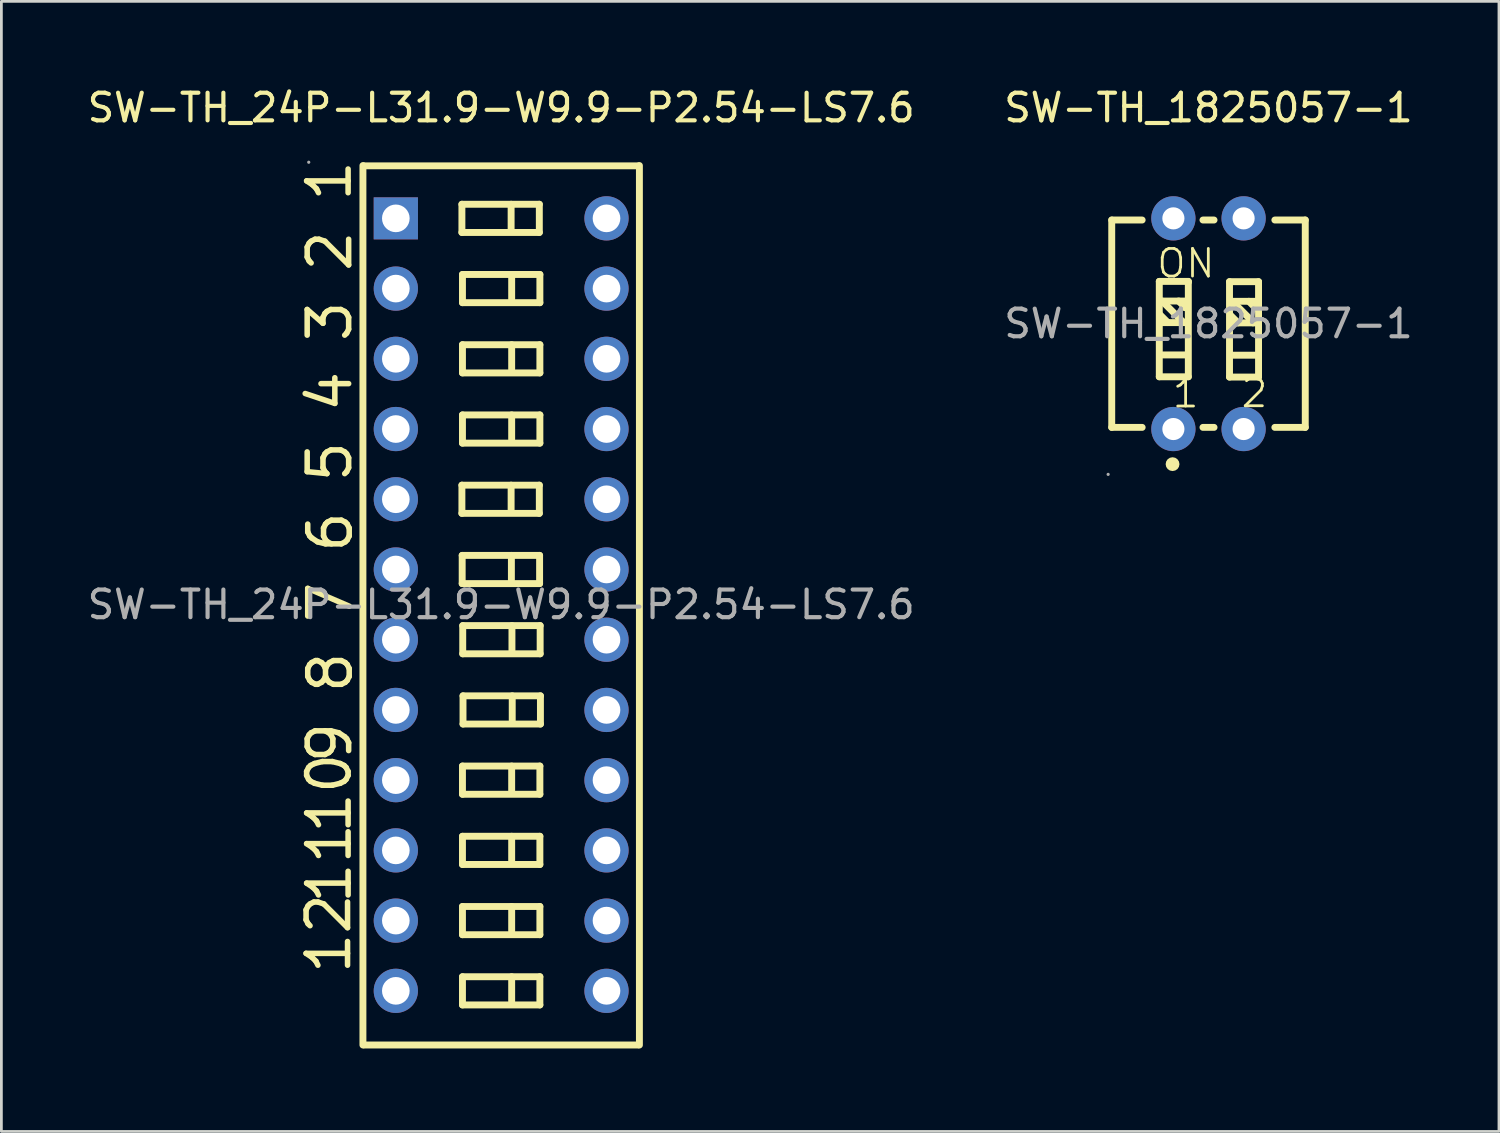
<source format=kicad_pcb>
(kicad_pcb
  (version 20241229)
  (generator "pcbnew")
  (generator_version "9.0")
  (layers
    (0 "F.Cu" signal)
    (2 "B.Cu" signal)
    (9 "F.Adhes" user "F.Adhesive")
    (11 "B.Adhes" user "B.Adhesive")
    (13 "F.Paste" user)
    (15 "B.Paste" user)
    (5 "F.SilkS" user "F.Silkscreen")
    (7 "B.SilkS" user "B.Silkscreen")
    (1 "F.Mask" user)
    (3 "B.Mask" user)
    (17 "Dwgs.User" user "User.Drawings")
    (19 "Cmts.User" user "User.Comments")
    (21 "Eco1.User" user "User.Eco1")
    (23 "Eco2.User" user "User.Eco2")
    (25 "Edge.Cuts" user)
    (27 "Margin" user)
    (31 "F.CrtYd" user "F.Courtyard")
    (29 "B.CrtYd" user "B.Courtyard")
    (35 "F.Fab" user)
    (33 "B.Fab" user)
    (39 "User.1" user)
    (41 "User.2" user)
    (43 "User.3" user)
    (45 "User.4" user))
  (footprint "SW-TH_1825057-1"
    (layer "F.Cu")
    (at 40.661 8.658)
    (property "Reference" "SW-TH_1825057-1" (at 0 -7.81 0) (layer "F.SilkS") (effects (font (size 1 1) (thickness 0.15))))
    (attr through_hole)
    (fp_line (start -3.5 -3.75) (end -3.5 3.75) (stroke (width 0.25) (type solid)) (layer "F.SilkS"))
    (fp_line (start -3.5 -3.75) (end -2.4 -3.75) (stroke (width 0.25) (type solid)) (layer "F.SilkS"))
    (fp_line (start -3.5 3.75) (end -2.4 3.75) (stroke (width 0.25) (type solid)) (layer "F.SilkS"))
    (fp_line (start -1.78 -1.53) (end -1.78 1.92) (stroke (width 0.25) (type solid)) (layer "F.SilkS"))
    (fp_line (start -1.78 1.92) (end -0.73 1.92) (stroke (width 0.25) (type solid)) (layer "F.SilkS"))
    (fp_line (start -1.68 -0.82) (end -0.93 -0.07) (stroke (width 0.25) (type solid)) (layer "F.SilkS"))
    (fp_line (start -1.67 -0.04) (end -0.8 -0.04) (stroke (width 0.25) (type solid)) (layer "F.SilkS"))
    (fp_line (start -1.65 -0.82) (end -0.78 -0.82) (stroke (width 0.25) (type solid)) (layer "F.SilkS"))
    (fp_line (start -1.65 1.13) (end -0.78 1.13) (stroke (width 0.25) (type solid)) (layer "F.SilkS"))
    (fp_line (start -1.47 -0.04) (end -1.74 -0.31) (stroke (width 0.25) (type solid)) (layer "F.SilkS"))
    (fp_line (start -1.08 -0.82) (end -0.84 -0.58) (stroke (width 0.25) (type solid)) (layer "F.SilkS"))
    (fp_line (start -0.93 -0.07) (end -0.93 -0.04) (stroke (width 0.25) (type solid)) (layer "F.SilkS"))
    (fp_line (start -0.84 -0.58) (end -0.81 -0.58) (stroke (width 0.25) (type solid)) (layer "F.SilkS"))
    (fp_line (start -0.73 -1.53) (end -1.78 -1.53) (stroke (width 0.25) (type solid)) (layer "F.SilkS"))
    (fp_line (start -0.73 -1.5) (end -0.73 -1.53) (stroke (width 0.25) (type solid)) (layer "F.SilkS"))
    (fp_line (start -0.73 1.92) (end -0.73 -1.5) (stroke (width 0.25) (type solid)) (layer "F.SilkS"))
    (fp_line (start -0.2 -3.75) (end 0.2 -3.75) (stroke (width 0.25) (type solid)) (layer "F.SilkS"))
    (fp_line (start -0.2 3.75) (end 0.2 3.75) (stroke (width 0.25) (type solid)) (layer "F.SilkS"))
    (fp_line (start 0.76 -1.52) (end 0.76 1.93) (stroke (width 0.25) (type solid)) (layer "F.SilkS"))
    (fp_line (start 0.76 1.93) (end 1.81 1.93) (stroke (width 0.25) (type solid)) (layer "F.SilkS"))
    (fp_line (start 0.86 -0.81) (end 1.61 -0.06) (stroke (width 0.25) (type solid)) (layer "F.SilkS"))
    (fp_line (start 0.87 -0.03) (end 1.74 -0.03) (stroke (width 0.25) (type solid)) (layer "F.SilkS"))
    (fp_line (start 0.89 -0.81) (end 1.76 -0.81) (stroke (width 0.25) (type solid)) (layer "F.SilkS"))
    (fp_line (start 0.89 1.14) (end 1.76 1.14) (stroke (width 0.25) (type solid)) (layer "F.SilkS"))
    (fp_line (start 1.07 -0.03) (end 0.8 -0.3) (stroke (width 0.25) (type solid)) (layer "F.SilkS"))
    (fp_line (start 1.46 -0.81) (end 1.7 -0.57) (stroke (width 0.25) (type solid)) (layer "F.SilkS"))
    (fp_line (start 1.61 -0.06) (end 1.61 -0.03) (stroke (width 0.25) (type solid)) (layer "F.SilkS"))
    (fp_line (start 1.7 -0.57) (end 1.73 -0.57) (stroke (width 0.25) (type solid)) (layer "F.SilkS"))
    (fp_line (start 1.81 -1.52) (end 0.76 -1.52) (stroke (width 0.25) (type solid)) (layer "F.SilkS"))
    (fp_line (start 1.81 -1.49) (end 1.81 -1.52) (stroke (width 0.25) (type solid)) (layer "F.SilkS"))
    (fp_line (start 1.81 1.93) (end 1.81 -1.49) (stroke (width 0.25) (type solid)) (layer "F.SilkS"))
    (fp_line (start 2.4 -3.75) (end 3.5 -3.75) (stroke (width 0.25) (type solid)) (layer "F.SilkS"))
    (fp_line (start 2.4 3.75) (end 3.5 3.75) (stroke (width 0.25) (type solid)) (layer "F.SilkS"))
    (fp_line (start 3.5 -3.75) (end 3.5 3.75) (stroke (width 0.25) (type solid)) (layer "F.SilkS"))
    (fp_arc (start -1.3 5.08) (mid -1.3 5.08) (end -1.3 5.08) (stroke (width 0.25) (type solid)) (layer "F.SilkS"))
    (fp_circle (center -3.63 5.45) (end -3.6 5.45) (stroke (width 0.06) (type solid)) (fill no) (layer "F.Fab"))
    (fp_circle (center -1.27 -3.81) (end -1.12 -3.81) (stroke (width 0.3) (type solid)) (fill no) (layer "F.Fab"))
    (fp_circle (center -1.27 3.81) (end -1.12 3.81) (stroke (width 0.3) (type solid)) (fill no) (layer "F.Fab"))
    (fp_circle (center 1.27 -3.81) (end 1.42 -3.81) (stroke (width 0.3) (type solid)) (fill no) (layer "F.Fab"))
    (fp_circle (center 1.27 3.81) (end 1.42 3.81) (stroke (width 0.3) (type solid)) (fill no) (layer "F.Fab"))
    (fp_text user "1" (at -1.37 2.52 0) (layer "F.SilkS") (effects (font (size 1 1) (thickness 0.1)) (justify left)))
    (fp_text user "2" (at 1.12 2.51 0) (layer "F.SilkS") (effects (font (size 1 1) (thickness 0.1)) (justify left)))
    (fp_text user "ON" (at -1.93 -2.18 0) (layer "F.SilkS") (effects (font (size 1 1) (thickness 0.1)) (justify left)))
    (fp_text user "${REFERENCE}" (at 0 0 0) (layer "F.Fab") (effects (font (size 1 1) (thickness 0.15))))
    (pad "1" thru_hole circle (at -1.27 3.81) (size 1.6 1.6) (drill 0.8) (layers "*.Cu" "*.Paste" "*.Mask"))
    (pad "2" thru_hole circle (at 1.27 3.81) (size 1.6 1.6) (drill 0.8) (layers "*.Cu" "*.Paste" "*.Mask"))
    (pad "3" thru_hole circle (at 1.27 -3.81) (size 1.6 1.6) (drill 0.8) (layers "*.Cu" "*.Paste" "*.Mask"))
    (pad "4" thru_hole circle (at -1.27 -3.81) (size 1.6 1.6) (drill 0.8) (layers "*.Cu" "*.Paste" "*.Mask")))
  (footprint "SW-TH_24P-L31.9-W9.9-P2.54-LS7.6"
    (layer "F.Cu")
    (at 15.077 18.818)
    (property "Reference" "SW-TH_24P-L31.9-W9.9-P2.54-LS7.6" (at 0 -17.97 0) (layer "F.SilkS") (effects (font (size 1 1) (thickness 0.15))))
    (attr through_hole)
    (fp_line (start -5 -15.88) (end -5 15.93) (stroke (width 0.25) (type solid)) (layer "F.SilkS"))
    (fp_line (start -4.95 -15.87) (end 4.95 -15.87) (stroke (width 0.25) (type solid)) (layer "F.SilkS"))
    (fp_line (start -4.95 15.93) (end 4.95 15.93) (stroke (width 0.25) (type solid)) (layer "F.SilkS"))
    (fp_line (start -1.42 -14.48) (end -1.42 -13.46) (stroke (width 0.25) (type solid)) (layer "F.SilkS"))
    (fp_line (start -1.42 -13.46) (end 1.38 -13.46) (stroke (width 0.25) (type solid)) (layer "F.SilkS"))
    (fp_line (start -1.42 -4.32) (end -1.42 -3.3) (stroke (width 0.25) (type solid)) (layer "F.SilkS"))
    (fp_line (start -1.42 -3.3) (end 1.38 -3.3) (stroke (width 0.25) (type solid)) (layer "F.SilkS"))
    (fp_line (start -1.41 -1.78) (end -1.41 -0.76) (stroke (width 0.25) (type solid)) (layer "F.SilkS"))
    (fp_line (start -1.41 -0.76) (end 1.39 -0.76) (stroke (width 0.25) (type solid)) (layer "F.SilkS"))
    (fp_line (start -1.4 -11.94) (end -1.4 -10.92) (stroke (width 0.25) (type solid)) (layer "F.SilkS"))
    (fp_line (start -1.4 -10.92) (end 1.4 -10.92) (stroke (width 0.25) (type solid)) (layer "F.SilkS"))
    (fp_line (start -1.4 -9.4) (end -1.4 -8.38) (stroke (width 0.25) (type solid)) (layer "F.SilkS"))
    (fp_line (start -1.4 -8.38) (end 1.4 -8.38) (stroke (width 0.25) (type solid)) (layer "F.SilkS"))
    (fp_line (start -1.4 -6.86) (end -1.4 -5.84) (stroke (width 0.25) (type solid)) (layer "F.SilkS"))
    (fp_line (start -1.4 -5.84) (end 1.4 -5.84) (stroke (width 0.25) (type solid)) (layer "F.SilkS"))
    (fp_line (start -1.4 5.84) (end -1.4 6.86) (stroke (width 0.25) (type solid)) (layer "F.SilkS"))
    (fp_line (start -1.4 6.86) (end 1.4 6.86) (stroke (width 0.25) (type solid)) (layer "F.SilkS"))
    (fp_line (start -1.4 8.38) (end -1.4 9.4) (stroke (width 0.25) (type solid)) (layer "F.SilkS"))
    (fp_line (start -1.4 9.4) (end 1.4 9.4) (stroke (width 0.25) (type solid)) (layer "F.SilkS"))
    (fp_line (start -1.4 10.92) (end -1.4 11.94) (stroke (width 0.25) (type solid)) (layer "F.SilkS"))
    (fp_line (start -1.4 11.94) (end 1.4 11.94) (stroke (width 0.25) (type solid)) (layer "F.SilkS"))
    (fp_line (start -1.4 13.46) (end -1.4 14.48) (stroke (width 0.25) (type solid)) (layer "F.SilkS"))
    (fp_line (start -1.4 14.48) (end 1.4 14.48) (stroke (width 0.25) (type solid)) (layer "F.SilkS"))
    (fp_line (start -1.39 0.76) (end -1.39 1.78) (stroke (width 0.25) (type solid)) (layer "F.SilkS"))
    (fp_line (start -1.39 1.78) (end 1.41 1.78) (stroke (width 0.25) (type solid)) (layer "F.SilkS"))
    (fp_line (start -1.38 3.3) (end -1.38 4.32) (stroke (width 0.25) (type solid)) (layer "F.SilkS"))
    (fp_line (start -1.38 4.32) (end 1.42 4.32) (stroke (width 0.25) (type solid)) (layer "F.SilkS"))
    (fp_line (start 0.36 -14.48) (end 0.36 -13.59) (stroke (width 0.25) (type solid)) (layer "F.SilkS"))
    (fp_line (start 0.36 -4.32) (end 0.36 -3.43) (stroke (width 0.25) (type solid)) (layer "F.SilkS"))
    (fp_line (start 0.37 -1.78) (end 0.37 -0.89) (stroke (width 0.25) (type solid)) (layer "F.SilkS"))
    (fp_line (start 0.38 -11.94) (end 0.38 -11.05) (stroke (width 0.25) (type solid)) (layer "F.SilkS"))
    (fp_line (start 0.38 -9.4) (end 0.38 -8.51) (stroke (width 0.25) (type solid)) (layer "F.SilkS"))
    (fp_line (start 0.38 -6.86) (end 0.38 -5.97) (stroke (width 0.25) (type solid)) (layer "F.SilkS"))
    (fp_line (start 0.38 5.84) (end 0.38 6.73) (stroke (width 0.25) (type solid)) (layer "F.SilkS"))
    (fp_line (start 0.38 8.38) (end 0.38 9.27) (stroke (width 0.25) (type solid)) (layer "F.SilkS"))
    (fp_line (start 0.38 10.92) (end 0.38 11.81) (stroke (width 0.25) (type solid)) (layer "F.SilkS"))
    (fp_line (start 0.38 13.46) (end 0.38 14.35) (stroke (width 0.25) (type solid)) (layer "F.SilkS"))
    (fp_line (start 0.39 0.76) (end 0.39 1.65) (stroke (width 0.25) (type solid)) (layer "F.SilkS"))
    (fp_line (start 0.4 3.3) (end 0.4 4.19) (stroke (width 0.25) (type solid)) (layer "F.SilkS"))
    (fp_line (start 1.38 -14.48) (end -1.42 -14.48) (stroke (width 0.25) (type solid)) (layer "F.SilkS"))
    (fp_line (start 1.38 -13.46) (end 1.38 -14.48) (stroke (width 0.25) (type solid)) (layer "F.SilkS"))
    (fp_line (start 1.38 -4.32) (end -1.42 -4.32) (stroke (width 0.25) (type solid)) (layer "F.SilkS"))
    (fp_line (start 1.38 -3.3) (end 1.38 -4.32) (stroke (width 0.25) (type solid)) (layer "F.SilkS"))
    (fp_line (start 1.39 -1.78) (end -1.41 -1.78) (stroke (width 0.25) (type solid)) (layer "F.SilkS"))
    (fp_line (start 1.39 -0.76) (end 1.39 -1.78) (stroke (width 0.25) (type solid)) (layer "F.SilkS"))
    (fp_line (start 1.4 -11.94) (end -1.4 -11.94) (stroke (width 0.25) (type solid)) (layer "F.SilkS"))
    (fp_line (start 1.4 -10.92) (end 1.4 -11.94) (stroke (width 0.25) (type solid)) (layer "F.SilkS"))
    (fp_line (start 1.4 -9.4) (end -1.4 -9.4) (stroke (width 0.25) (type solid)) (layer "F.SilkS"))
    (fp_line (start 1.4 -8.38) (end 1.4 -9.4) (stroke (width 0.25) (type solid)) (layer "F.SilkS"))
    (fp_line (start 1.4 -6.86) (end -1.4 -6.86) (stroke (width 0.25) (type solid)) (layer "F.SilkS"))
    (fp_line (start 1.4 -5.84) (end 1.4 -6.86) (stroke (width 0.25) (type solid)) (layer "F.SilkS"))
    (fp_line (start 1.4 5.84) (end -1.4 5.84) (stroke (width 0.25) (type solid)) (layer "F.SilkS"))
    (fp_line (start 1.4 6.86) (end 1.4 5.84) (stroke (width 0.25) (type solid)) (layer "F.SilkS"))
    (fp_line (start 1.4 8.38) (end -1.4 8.38) (stroke (width 0.25) (type solid)) (layer "F.SilkS"))
    (fp_line (start 1.4 9.4) (end 1.4 8.38) (stroke (width 0.25) (type solid)) (layer "F.SilkS"))
    (fp_line (start 1.4 10.92) (end -1.4 10.92) (stroke (width 0.25) (type solid)) (layer "F.SilkS"))
    (fp_line (start 1.4 11.94) (end 1.4 10.92) (stroke (width 0.25) (type solid)) (layer "F.SilkS"))
    (fp_line (start 1.4 13.46) (end -1.4 13.46) (stroke (width 0.25) (type solid)) (layer "F.SilkS"))
    (fp_line (start 1.4 14.48) (end 1.4 13.46) (stroke (width 0.25) (type solid)) (layer "F.SilkS"))
    (fp_line (start 1.41 0.76) (end -1.39 0.76) (stroke (width 0.25) (type solid)) (layer "F.SilkS"))
    (fp_line (start 1.41 1.78) (end 1.41 0.76) (stroke (width 0.25) (type solid)) (layer "F.SilkS"))
    (fp_line (start 1.42 3.3) (end -1.38 3.3) (stroke (width 0.25) (type solid)) (layer "F.SilkS"))
    (fp_line (start 1.42 4.32) (end 1.42 3.3) (stroke (width 0.25) (type solid)) (layer "F.SilkS"))
    (fp_line (start 5 -15.88) (end 5 15.93) (stroke (width 0.25) (type solid)) (layer "F.SilkS"))
    (fp_circle (center -6.96 -16) (end -6.93 -16) (stroke (width 0.06) (type solid)) (fill no) (layer "F.Fab"))
    (fp_circle (center -3.81 -13.97) (end -3.61 -13.97) (stroke (width 0.4) (type solid)) (fill no) (layer "F.Fab"))
    (fp_circle (center -3.81 -11.43) (end -3.61 -11.43) (stroke (width 0.4) (type solid)) (fill no) (layer "F.Fab"))
    (fp_circle (center -3.81 -8.89) (end -3.61 -8.89) (stroke (width 0.4) (type solid)) (fill no) (layer "F.Fab"))
    (fp_circle (center -3.81 -6.35) (end -3.61 -6.35) (stroke (width 0.4) (type solid)) (fill no) (layer "F.Fab"))
    (fp_circle (center -3.81 -3.81) (end -3.61 -3.81) (stroke (width 0.4) (type solid)) (fill no) (layer "F.Fab"))
    (fp_circle (center -3.81 -1.27) (end -3.61 -1.27) (stroke (width 0.4) (type solid)) (fill no) (layer "F.Fab"))
    (fp_circle (center -3.81 1.27) (end -3.61 1.27) (stroke (width 0.4) (type solid)) (fill no) (layer "F.Fab"))
    (fp_circle (center -3.81 3.81) (end -3.61 3.81) (stroke (width 0.4) (type solid)) (fill no) (layer "F.Fab"))
    (fp_circle (center -3.81 6.35) (end -3.61 6.35) (stroke (width 0.4) (type solid)) (fill no) (layer "F.Fab"))
    (fp_circle (center -3.81 8.89) (end -3.61 8.89) (stroke (width 0.4) (type solid)) (fill no) (layer "F.Fab"))
    (fp_circle (center -3.81 11.43) (end -3.61 11.43) (stroke (width 0.4) (type solid)) (fill no) (layer "F.Fab"))
    (fp_circle (center -3.81 13.97) (end -3.61 13.97) (stroke (width 0.4) (type solid)) (fill no) (layer "F.Fab"))
    (fp_circle (center 3.81 -13.97) (end 4.01 -13.97) (stroke (width 0.4) (type solid)) (fill no) (layer "F.Fab"))
    (fp_circle (center 3.81 -11.43) (end 4.01 -11.43) (stroke (width 0.4) (type solid)) (fill no) (layer "F.Fab"))
    (fp_circle (center 3.81 -8.89) (end 4.01 -8.89) (stroke (width 0.4) (type solid)) (fill no) (layer "F.Fab"))
    (fp_circle (center 3.81 -6.35) (end 4.01 -6.35) (stroke (width 0.4) (type solid)) (fill no) (layer "F.Fab"))
    (fp_circle (center 3.81 -3.81) (end 4.01 -3.81) (stroke (width 0.4) (type solid)) (fill no) (layer "F.Fab"))
    (fp_circle (center 3.81 -1.27) (end 4.01 -1.27) (stroke (width 0.4) (type solid)) (fill no) (layer "F.Fab"))
    (fp_circle (center 3.81 1.27) (end 4.01 1.27) (stroke (width 0.4) (type solid)) (fill no) (layer "F.Fab"))
    (fp_circle (center 3.81 3.81) (end 4.01 3.81) (stroke (width 0.4) (type solid)) (fill no) (layer "F.Fab"))
    (fp_circle (center 3.81 6.35) (end 4.01 6.35) (stroke (width 0.4) (type solid)) (fill no) (layer "F.Fab"))
    (fp_circle (center 3.81 8.89) (end 4.01 8.89) (stroke (width 0.4) (type solid)) (fill no) (layer "F.Fab"))
    (fp_circle (center 3.81 11.43) (end 4.01 11.43) (stroke (width 0.4) (type solid)) (fill no) (layer "F.Fab"))
    (fp_circle (center 3.81 13.97) (end 4.01 13.97) (stroke (width 0.4) (type solid)) (fill no) (layer "F.Fab"))
    (fp_text user "3" (at -6.2 -9.4 270) (layer "F.SilkS") (effects (font (size 1.5 1.5) (thickness 0.2)) (justify left)))
    (fp_text user "9" (at -6.2 5.84 270) (layer "F.SilkS") (effects (font (size 1.5 1.5) (thickness 0.2)) (justify left)))
    (fp_text user "4" (at -6.2 -6.86 270) (layer "F.SilkS") (effects (font (size 1.5 1.5) (thickness 0.2)) (justify left)))
    (fp_text user "10" (at -6.22 8.38 270) (layer "F.SilkS") (effects (font (size 1.5 1.5) (thickness 0.2)) (justify left)))
    (fp_text user "2" (at -6.2 -11.94 270) (layer "F.SilkS") (effects (font (size 1.5 1.5) (thickness 0.2)) (justify left)))
    (fp_text user "1" (at -6.22 -14.48 270) (layer "F.SilkS") (effects (font (size 1.5 1.5) (thickness 0.2)) (justify left)))
    (fp_text user "8" (at -6.18 3.3 270) (layer "F.SilkS") (effects (font (size 1.5 1.5) (thickness 0.2)) (justify left)))
    (fp_text user "5" (at -6.2 -4.32 270) (layer "F.SilkS") (effects (font (size 1.5 1.5) (thickness 0.2)) (justify left)))
    (fp_text user "11" (at -6.22 10.92 270) (layer "F.SilkS") (effects (font (size 1.5 1.5) (thickness 0.2)) (justify left)))
    (fp_text user "6" (at -6.18 -1.78 270) (layer "F.SilkS") (effects (font (size 1.5 1.5) (thickness 0.2)) (justify left)))
    (fp_text user "12" (at -6.24 13.46 270) (layer "F.SilkS") (effects (font (size 1.5 1.5) (thickness 0.2)) (justify left)))
    (fp_text user "7" (at -6.18 0.76 270) (layer "F.SilkS") (effects (font (size 1.5 1.5) (thickness 0.2)) (justify left)))
    (fp_text user "${REFERENCE}" (at 0 0 0) (layer "F.Fab") (effects (font (size 1 1) (thickness 0.15))))
    (pad "1" thru_hole rect (at -3.81 -13.97) (size 1.6 1.52) (drill 1) (layers "*.Cu" "*.Paste" "*.Mask"))
    (pad "2" thru_hole circle (at -3.81 -11.43) (size 1.6 1.6) (drill 1) (layers "*.Cu" "*.Paste" "*.Mask"))
    (pad "3" thru_hole circle (at -3.81 -8.89) (size 1.6 1.6) (drill 1) (layers "*.Cu" "*.Paste" "*.Mask"))
    (pad "4" thru_hole circle (at -3.81 -6.35) (size 1.6 1.6) (drill 1) (layers "*.Cu" "*.Paste" "*.Mask"))
    (pad "5" thru_hole circle (at -3.81 -3.81) (size 1.6 1.6) (drill 1) (layers "*.Cu" "*.Paste" "*.Mask"))
    (pad "6" thru_hole circle (at -3.81 -1.27) (size 1.6 1.6) (drill 1) (layers "*.Cu" "*.Paste" "*.Mask"))
    (pad "7" thru_hole circle (at -3.81 1.27) (size 1.6 1.6) (drill 1) (layers "*.Cu" "*.Paste" "*.Mask"))
    (pad "8" thru_hole circle (at -3.81 3.81) (size 1.6 1.6) (drill 1) (layers "*.Cu" "*.Paste" "*.Mask"))
    (pad "9" thru_hole circle (at -3.81 6.35) (size 1.6 1.6) (drill 1) (layers "*.Cu" "*.Paste" "*.Mask"))
    (pad "10" thru_hole circle (at -3.81 8.89) (size 1.6 1.6) (drill 1) (layers "*.Cu" "*.Paste" "*.Mask"))
    (pad "11" thru_hole circle (at -3.81 11.43) (size 1.6 1.6) (drill 1) (layers "*.Cu" "*.Paste" "*.Mask"))
    (pad "12" thru_hole circle (at -3.81 13.97) (size 1.6 1.6) (drill 1) (layers "*.Cu" "*.Paste" "*.Mask"))
    (pad "13" thru_hole circle (at 3.81 13.97) (size 1.6 1.6) (drill 1) (layers "*.Cu" "*.Paste" "*.Mask"))
    (pad "14" thru_hole circle (at 3.81 11.43) (size 1.6 1.6) (drill 1) (layers "*.Cu" "*.Paste" "*.Mask"))
    (pad "15" thru_hole circle (at 3.81 8.89) (size 1.6 1.6) (drill 1) (layers "*.Cu" "*.Paste" "*.Mask"))
    (pad "16" thru_hole circle (at 3.81 6.35) (size 1.6 1.6) (drill 1) (layers "*.Cu" "*.Paste" "*.Mask"))
    (pad "17" thru_hole circle (at 3.81 3.81) (size 1.6 1.6) (drill 1) (layers "*.Cu" "*.Paste" "*.Mask"))
    (pad "18" thru_hole circle (at 3.81 1.27) (size 1.6 1.6) (drill 1) (layers "*.Cu" "*.Paste" "*.Mask"))
    (pad "19" thru_hole circle (at 3.81 -1.27) (size 1.6 1.6) (drill 1) (layers "*.Cu" "*.Paste" "*.Mask"))
    (pad "20" thru_hole circle (at 3.81 -3.81) (size 1.6 1.6) (drill 1) (layers "*.Cu" "*.Paste" "*.Mask"))
    (pad "21" thru_hole circle (at 3.81 -6.35) (size 1.6 1.6) (drill 1) (layers "*.Cu" "*.Paste" "*.Mask"))
    (pad "22" thru_hole circle (at 3.81 -8.89) (size 1.6 1.6) (drill 1) (layers "*.Cu" "*.Paste" "*.Mask"))
    (pad "23" thru_hole circle (at 3.81 -11.43) (size 1.6 1.6) (drill 1) (layers "*.Cu" "*.Paste" "*.Mask"))
    (pad "24" thru_hole circle (at 3.81 -13.97) (size 1.6 1.6) (drill 1) (layers "*.Cu" "*.Paste" "*.Mask")))
  (gr_rect
    (start -3 -3)
    (end 51.167 37.873)
    (stroke (width 0.1) (type default))
    (fill no)
    (layer "Edge.Cuts")))
</source>
